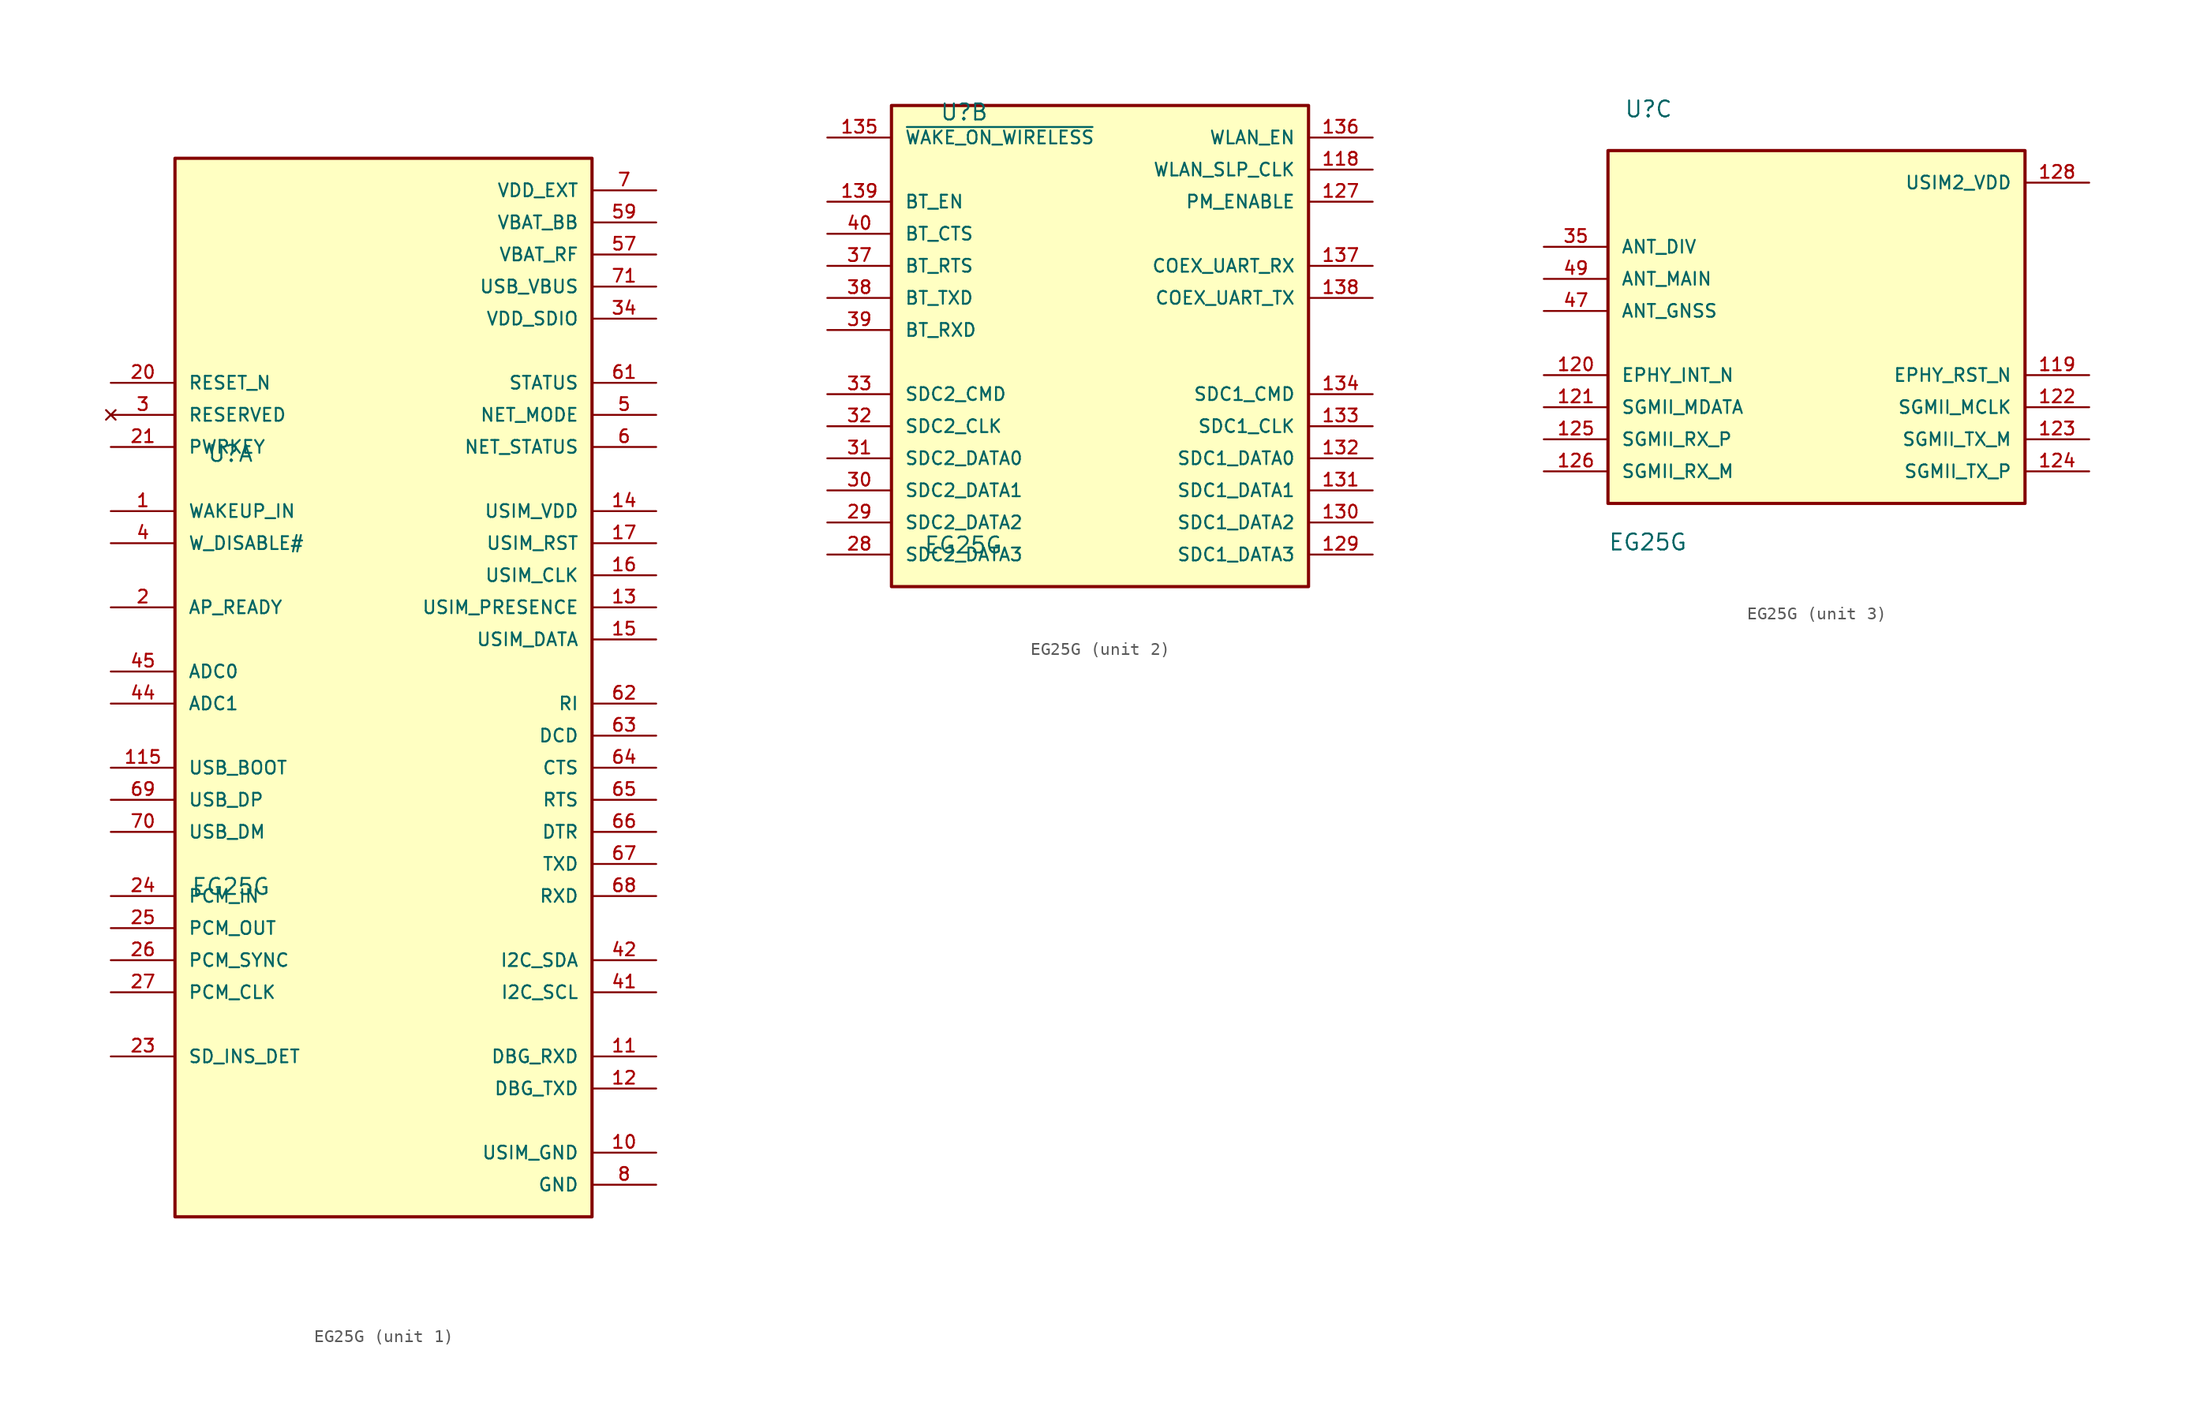
<source format=kicad_sym>
(kicad_symbol_lib
  (version 20211014)
  (generator kicad_symbol_editor)
  (symbol "EG25G"
    (pin_names
      (offset 1.016))
    (property "Reference" "U"
      (at -15.24 16.51 0)
      (effects (font (size 1.27 1.27)) (justify left bottom)))
    (property "Value" "EG25G"
      (at -16.51 -17.78 0)
      (effects (font (size 1.27 1.27)) (justify left bottom)))
    (property "ki_locked" ""
      (at 0 0 0)
      (effects (font (size 1.27 1.27))))
    (symbol "EG25G_1_0"
      (rectangle (start -17.78 40.64) (end 15.24 -43.18) (stroke (width 0.254) (type default) (color 0 0 0 0)) (fill (type background)))
      (pin input line (at -22.86 12.7 0) (length 5.08) (name "WAKEUP_IN" (effects (font (size 1.016 1.016)))) (number "1" (effects (font (size 1.016 1.016)))))
      (pin power_in line (at 20.32 -38.1 180) (length 5.08) (name "USIM_GND" (effects (font (size 1.016 1.016)))) (number "10" (effects (font (size 1.016 1.016)))))
      (pin passive line (at 20.32 -40.64 180) (length 5.08) hide (name "GND" (effects (font (size 1.016 1.016)))) (number "100" (effects (font (size 1.016 1.016)))))
      (pin passive line (at 20.32 -40.64 180) (length 5.08) hide (name "GND" (effects (font (size 1.016 1.016)))) (number "101" (effects (font (size 1.016 1.016)))))
      (pin passive line (at 20.32 -40.64 180) (length 5.08) hide (name "GND" (effects (font (size 1.016 1.016)))) (number "102" (effects (font (size 1.016 1.016)))))
      (pin passive line (at 20.32 -40.64 180) (length 5.08) hide (name "GND" (effects (font (size 1.016 1.016)))) (number "103" (effects (font (size 1.016 1.016)))))
      (pin passive line (at 20.32 -40.64 180) (length 5.08) hide (name "GND" (effects (font (size 1.016 1.016)))) (number "104" (effects (font (size 1.016 1.016)))))
      (pin passive line (at 20.32 -40.64 180) (length 5.08) hide (name "GND" (effects (font (size 1.016 1.016)))) (number "105" (effects (font (size 1.016 1.016)))))
      (pin passive line (at 20.32 -40.64 180) (length 5.08) hide (name "GND" (effects (font (size 1.016 1.016)))) (number "106" (effects (font (size 1.016 1.016)))))
      (pin passive line (at 20.32 -40.64 180) (length 5.08) hide (name "GND" (effects (font (size 1.016 1.016)))) (number "107" (effects (font (size 1.016 1.016)))))
      (pin passive line (at 20.32 -40.64 180) (length 5.08) hide (name "GND" (effects (font (size 1.016 1.016)))) (number "108" (effects (font (size 1.016 1.016)))))
      (pin passive line (at 20.32 -40.64 180) (length 5.08) hide (name "GND" (effects (font (size 1.016 1.016)))) (number "109" (effects (font (size 1.016 1.016)))))
      (pin input line (at 20.32 -30.48 180) (length 5.08) (name "DBG_RXD" (effects (font (size 1.016 1.016)))) (number "11" (effects (font (size 1.016 1.016)))))
      (pin passive line (at 20.32 -40.64 180) (length 5.08) hide (name "GND" (effects (font (size 1.016 1.016)))) (number "110" (effects (font (size 1.016 1.016)))))
      (pin passive line (at 20.32 -40.64 180) (length 5.08) hide (name "GND" (effects (font (size 1.016 1.016)))) (number "111" (effects (font (size 1.016 1.016)))))
      (pin passive line (at 20.32 -40.64 180) (length 5.08) hide (name "GND" (effects (font (size 1.016 1.016)))) (number "112" (effects (font (size 1.016 1.016)))))
      (pin no_connect line (at -22.86 20.32 0) (length 5.08) hide (name "RESERVED" (effects (font (size 1.016 1.016)))) (number "113" (effects (font (size 1.016 1.016)))))
      (pin no_connect line (at -22.86 20.32 0) (length 5.08) hide (name "RESERVED" (effects (font (size 1.016 1.016)))) (number "114" (effects (font (size 1.016 1.016)))))
      (pin input line (at -22.86 -7.62 0) (length 5.08) (name "USB_BOOT" (effects (font (size 1.016 1.016)))) (number "115" (effects (font (size 1.016 1.016)))))
      (pin no_connect line (at -22.86 20.32 0) (length 5.08) hide (name "RESERVED" (effects (font (size 1.016 1.016)))) (number "116" (effects (font (size 1.016 1.016)))))
      (pin no_connect line (at -22.86 20.32 0) (length 5.08) hide (name "RESERVED" (effects (font (size 1.016 1.016)))) (number "117" (effects (font (size 1.016 1.016)))))
      (pin output line (at 20.32 -33.02 180) (length 5.08) (name "DBG_TXD" (effects (font (size 1.016 1.016)))) (number "12" (effects (font (size 1.016 1.016)))))
      (pin input line (at 20.32 5.08 180) (length 5.08) (name "USIM_PRESENCE" (effects (font (size 1.016 1.016)))) (number "13" (effects (font (size 1.016 1.016)))))
      (pin output line (at 20.32 12.7 180) (length 5.08) (name "USIM_VDD" (effects (font (size 1.016 1.016)))) (number "14" (effects (font (size 1.016 1.016)))))
      (pin no_connect line (at -22.86 20.32 0) (length 5.08) hide (name "RESERVED" (effects (font (size 1.016 1.016)))) (number "140" (effects (font (size 1.016 1.016)))))
      (pin no_connect line (at -22.86 20.32 0) (length 5.08) hide (name "RESERVED" (effects (font (size 1.016 1.016)))) (number "141" (effects (font (size 1.016 1.016)))))
      (pin no_connect line (at -22.86 20.32 0) (length 5.08) hide (name "RESERVED" (effects (font (size 1.016 1.016)))) (number "142" (effects (font (size 1.016 1.016)))))
      (pin no_connect line (at -22.86 20.32 0) (length 5.08) hide (name "RESERVED" (effects (font (size 1.016 1.016)))) (number "143" (effects (font (size 1.016 1.016)))))
      (pin no_connect line (at -22.86 20.32 0) (length 5.08) hide (name "RESERVED" (effects (font (size 1.016 1.016)))) (number "144" (effects (font (size 1.016 1.016)))))
      (pin bidirectional line (at 20.32 2.54 180) (length 5.08) (name "USIM_DATA" (effects (font (size 1.016 1.016)))) (number "15" (effects (font (size 1.016 1.016)))))
      (pin output line (at 20.32 7.62 180) (length 5.08) (name "USIM_CLK" (effects (font (size 1.016 1.016)))) (number "16" (effects (font (size 1.016 1.016)))))
      (pin output line (at 20.32 10.16 180) (length 5.08) (name "USIM_RST" (effects (font (size 1.016 1.016)))) (number "17" (effects (font (size 1.016 1.016)))))
      (pin no_connect line (at -22.86 20.32 0) (length 5.08) hide (name "RESERVED" (effects (font (size 1.016 1.016)))) (number "18" (effects (font (size 1.016 1.016)))))
      (pin passive line (at 20.32 -40.64 180) (length 5.08) hide (name "GND" (effects (font (size 1.016 1.016)))) (number "19" (effects (font (size 1.016 1.016)))))
      (pin input line (at -22.86 5.08 0) (length 5.08) (name "AP_READY" (effects (font (size 1.016 1.016)))) (number "2" (effects (font (size 1.016 1.016)))))
      (pin input line (at -22.86 22.86 0) (length 5.08) (name "RESET_N" (effects (font (size 1.016 1.016)))) (number "20" (effects (font (size 1.016 1.016)))))
      (pin input line (at -22.86 17.78 0) (length 5.08) (name "PWRKEY" (effects (font (size 1.016 1.016)))) (number "21" (effects (font (size 1.016 1.016)))))
      (pin passive line (at 20.32 -40.64 180) (length 5.08) hide (name "GND" (effects (font (size 1.016 1.016)))) (number "22" (effects (font (size 1.016 1.016)))))
      (pin input line (at -22.86 -30.48 0) (length 5.08) (name "SD_INS_DET" (effects (font (size 1.016 1.016)))) (number "23" (effects (font (size 1.016 1.016)))))
      (pin input line (at -22.86 -17.78 0) (length 5.08) (name "PCM_IN" (effects (font (size 1.016 1.016)))) (number "24" (effects (font (size 1.016 1.016)))))
      (pin output line (at -22.86 -20.32 0) (length 5.08) (name "PCM_OUT" (effects (font (size 1.016 1.016)))) (number "25" (effects (font (size 1.016 1.016)))))
      (pin bidirectional line (at -22.86 -22.86 0) (length 5.08) (name "PCM_SYNC" (effects (font (size 1.016 1.016)))) (number "26" (effects (font (size 1.016 1.016)))))
      (pin bidirectional line (at -22.86 -25.4 0) (length 5.08) (name "PCM_CLK" (effects (font (size 1.016 1.016)))) (number "27" (effects (font (size 1.016 1.016)))))
      (pin no_connect line (at -22.86 20.32 0) (length 5.08) (name "RESERVED" (effects (font (size 1.016 1.016)))) (number "3" (effects (font (size 1.016 1.016)))))
      (pin output line (at 20.32 27.94 180) (length 5.08) (name "VDD_SDIO" (effects (font (size 1.016 1.016)))) (number "34" (effects (font (size 1.016 1.016)))))
      (pin passive line (at 20.32 -40.64 180) (length 5.08) hide (name "GND" (effects (font (size 1.016 1.016)))) (number "36" (effects (font (size 1.016 1.016)))))
      (pin input line (at -22.86 10.16 0) (length 5.08) (name "W_DISABLE#" (effects (font (size 1.016 1.016)))) (number "4" (effects (font (size 1.016 1.016)))))
      (pin output line (at 20.32 -25.4 180) (length 5.08) (name "I2C_SCL" (effects (font (size 1.016 1.016)))) (number "41" (effects (font (size 1.016 1.016)))))
      (pin output line (at 20.32 -22.86 180) (length 5.08) (name "I2C_SDA" (effects (font (size 1.016 1.016)))) (number "42" (effects (font (size 1.016 1.016)))))
      (pin no_connect line (at -22.86 20.32 0) (length 5.08) hide (name "RESERVED" (effects (font (size 1.016 1.016)))) (number "43" (effects (font (size 1.016 1.016)))))
      (pin input line (at -22.86 -2.54 0) (length 5.08) (name "ADC1" (effects (font (size 1.016 1.016)))) (number "44" (effects (font (size 1.016 1.016)))))
      (pin input line (at -22.86 0 0) (length 5.08) (name "ADC0" (effects (font (size 1.016 1.016)))) (number "45" (effects (font (size 1.016 1.016)))))
      (pin passive line (at 20.32 -40.64 180) (length 5.08) hide (name "GND" (effects (font (size 1.016 1.016)))) (number "46" (effects (font (size 1.016 1.016)))))
      (pin passive line (at 20.32 -40.64 180) (length 5.08) hide (name "GND" (effects (font (size 1.016 1.016)))) (number "48" (effects (font (size 1.016 1.016)))))
      (pin output line (at 20.32 20.32 180) (length 5.08) (name "NET_MODE" (effects (font (size 1.016 1.016)))) (number "5" (effects (font (size 1.016 1.016)))))
      (pin passive line (at 20.32 -40.64 180) (length 5.08) hide (name "GND" (effects (font (size 1.016 1.016)))) (number "50" (effects (font (size 1.016 1.016)))))
      (pin passive line (at 20.32 -40.64 180) (length 5.08) hide (name "GND" (effects (font (size 1.016 1.016)))) (number "51" (effects (font (size 1.016 1.016)))))
      (pin passive line (at 20.32 -40.64 180) (length 5.08) hide (name "GND" (effects (font (size 1.016 1.016)))) (number "52" (effects (font (size 1.016 1.016)))))
      (pin passive line (at 20.32 -40.64 180) (length 5.08) hide (name "GND" (effects (font (size 1.016 1.016)))) (number "53" (effects (font (size 1.016 1.016)))))
      (pin passive line (at 20.32 -40.64 180) (length 5.08) hide (name "GND" (effects (font (size 1.016 1.016)))) (number "54" (effects (font (size 1.016 1.016)))))
      (pin no_connect line (at -22.86 20.32 0) (length 5.08) hide (name "RESERVED" (effects (font (size 1.016 1.016)))) (number "55" (effects (font (size 1.016 1.016)))))
      (pin passive line (at 20.32 -40.64 180) (length 5.08) hide (name "GND" (effects (font (size 1.016 1.016)))) (number "56" (effects (font (size 1.016 1.016)))))
      (pin power_in line (at 20.32 33.02 180) (length 5.08) (name "VBAT_RF" (effects (font (size 1.016 1.016)))) (number "57" (effects (font (size 1.016 1.016)))))
      (pin passive line (at 20.32 33.02 180) (length 5.08) hide (name "VBAT_RF" (effects (font (size 1.016 1.016)))) (number "58" (effects (font (size 1.016 1.016)))))
      (pin power_in line (at 20.32 35.56 180) (length 5.08) (name "VBAT_BB" (effects (font (size 1.016 1.016)))) (number "59" (effects (font (size 1.016 1.016)))))
      (pin output line (at 20.32 17.78 180) (length 5.08) (name "NET_STATUS" (effects (font (size 1.016 1.016)))) (number "6" (effects (font (size 1.016 1.016)))))
      (pin passive line (at 20.32 35.56 180) (length 5.08) hide (name "VBAT_BB" (effects (font (size 1.016 1.016)))) (number "60" (effects (font (size 1.016 1.016)))))
      (pin output line (at 20.32 22.86 180) (length 5.08) (name "STATUS" (effects (font (size 1.016 1.016)))) (number "61" (effects (font (size 1.016 1.016)))))
      (pin output line (at 20.32 -2.54 180) (length 5.08) (name "RI" (effects (font (size 1.016 1.016)))) (number "62" (effects (font (size 1.016 1.016)))))
      (pin output line (at 20.32 -5.08 180) (length 5.08) (name "DCD" (effects (font (size 1.016 1.016)))) (number "63" (effects (font (size 1.016 1.016)))))
      (pin output line (at 20.32 -7.62 180) (length 5.08) (name "CTS" (effects (font (size 1.016 1.016)))) (number "64" (effects (font (size 1.016 1.016)))))
      (pin input line (at 20.32 -10.16 180) (length 5.08) (name "RTS" (effects (font (size 1.016 1.016)))) (number "65" (effects (font (size 1.016 1.016)))))
      (pin input line (at 20.32 -12.7 180) (length 5.08) (name "DTR" (effects (font (size 1.016 1.016)))) (number "66" (effects (font (size 1.016 1.016)))))
      (pin output line (at 20.32 -15.24 180) (length 5.08) (name "TXD" (effects (font (size 1.016 1.016)))) (number "67" (effects (font (size 1.016 1.016)))))
      (pin input line (at 20.32 -17.78 180) (length 5.08) (name "RXD" (effects (font (size 1.016 1.016)))) (number "68" (effects (font (size 1.016 1.016)))))
      (pin bidirectional line (at -22.86 -10.16 0) (length 5.08) (name "USB_DP" (effects (font (size 1.016 1.016)))) (number "69" (effects (font (size 1.016 1.016)))))
      (pin power_in line (at 20.32 38.1 180) (length 5.08) (name "VDD_EXT" (effects (font (size 1.016 1.016)))) (number "7" (effects (font (size 1.016 1.016)))))
      (pin bidirectional line (at -22.86 -12.7 0) (length 5.08) (name "USB_DM" (effects (font (size 1.016 1.016)))) (number "70" (effects (font (size 1.016 1.016)))))
      (pin power_in line (at 20.32 30.48 180) (length 5.08) (name "USB_VBUS" (effects (font (size 1.016 1.016)))) (number "71" (effects (font (size 1.016 1.016)))))
      (pin passive line (at 20.32 -40.64 180) (length 5.08) hide (name "GND" (effects (font (size 1.016 1.016)))) (number "72" (effects (font (size 1.016 1.016)))))
      (pin power_in line (at 20.32 -40.64 180) (length 5.08) (name "GND" (effects (font (size 1.016 1.016)))) (number "8" (effects (font (size 1.016 1.016)))))
      (pin passive line (at 20.32 -40.64 180) (length 5.08) hide (name "GND" (effects (font (size 1.016 1.016)))) (number "85" (effects (font (size 1.016 1.016)))))
      (pin passive line (at 20.32 -40.64 180) (length 5.08) hide (name "GND" (effects (font (size 1.016 1.016)))) (number "86" (effects (font (size 1.016 1.016)))))
      (pin passive line (at 20.32 -40.64 180) (length 5.08) hide (name "GND" (effects (font (size 1.016 1.016)))) (number "87" (effects (font (size 1.016 1.016)))))
      (pin passive line (at 20.32 -40.64 180) (length 5.08) hide (name "GND" (effects (font (size 1.016 1.016)))) (number "88" (effects (font (size 1.016 1.016)))))
      (pin passive line (at 20.32 -40.64 180) (length 5.08) hide (name "GND" (effects (font (size 1.016 1.016)))) (number "89" (effects (font (size 1.016 1.016)))))
      (pin passive line (at 20.32 -40.64 180) (length 5.08) hide (name "GND" (effects (font (size 1.016 1.016)))) (number "9" (effects (font (size 1.016 1.016)))))
      (pin passive line (at 20.32 -40.64 180) (length 5.08) hide (name "GND" (effects (font (size 1.016 1.016)))) (number "90" (effects (font (size 1.016 1.016)))))
      (pin passive line (at 20.32 -40.64 180) (length 5.08) hide (name "GND" (effects (font (size 1.016 1.016)))) (number "91" (effects (font (size 1.016 1.016)))))
      (pin passive line (at 20.32 -40.64 180) (length 5.08) hide (name "GND" (effects (font (size 1.016 1.016)))) (number "92" (effects (font (size 1.016 1.016)))))
      (pin passive line (at 20.32 -40.64 180) (length 5.08) hide (name "GND" (effects (font (size 1.016 1.016)))) (number "93" (effects (font (size 1.016 1.016)))))
      (pin passive line (at 20.32 -40.64 180) (length 5.08) hide (name "GND" (effects (font (size 1.016 1.016)))) (number "94" (effects (font (size 1.016 1.016)))))
      (pin passive line (at 20.32 -40.64 180) (length 5.08) hide (name "GND" (effects (font (size 1.016 1.016)))) (number "95" (effects (font (size 1.016 1.016)))))
      (pin passive line (at 20.32 -40.64 180) (length 5.08) hide (name "GND" (effects (font (size 1.016 1.016)))) (number "96" (effects (font (size 1.016 1.016)))))
      (pin passive line (at 20.32 -40.64 180) (length 5.08) hide (name "GND" (effects (font (size 1.016 1.016)))) (number "97" (effects (font (size 1.016 1.016)))))
      (pin passive line (at 20.32 -40.64 180) (length 5.08) hide (name "GND" (effects (font (size 1.016 1.016)))) (number "98" (effects (font (size 1.016 1.016)))))
      (pin passive line (at 20.32 -40.64 180) (length 5.08) hide (name "GND" (effects (font (size 1.016 1.016)))) (number "99" (effects (font (size 1.016 1.016))))))
    (symbol "EG25G_2_0"
      (rectangle (start -19.05 17.78) (end 13.97 -20.32) (stroke (width 0.254) (type default) (color 0 0 0 0)) (fill (type background)))
      (pin output line (at 19.05 12.7 180) (length 5.08) (name "WLAN_SLP_CLK" (effects (font (size 1.016 1.016)))) (number "118" (effects (font (size 1.016 1.016)))))
      (pin output line (at 19.05 10.16 180) (length 5.08) (name "PM_ENABLE" (effects (font (size 1.016 1.016)))) (number "127" (effects (font (size 1.016 1.016)))))
      (pin bidirectional line (at 19.05 -17.78 180) (length 5.08) (name "SDC1_DATA3" (effects (font (size 1.016 1.016)))) (number "129" (effects (font (size 1.016 1.016)))))
      (pin bidirectional line (at 19.05 -15.24 180) (length 5.08) (name "SDC1_DATA2" (effects (font (size 1.016 1.016)))) (number "130" (effects (font (size 1.016 1.016)))))
      (pin bidirectional line (at 19.05 -12.7 180) (length 5.08) (name "SDC1_DATA1" (effects (font (size 1.016 1.016)))) (number "131" (effects (font (size 1.016 1.016)))))
      (pin bidirectional line (at 19.05 -10.16 180) (length 5.08) (name "SDC1_DATA0" (effects (font (size 1.016 1.016)))) (number "132" (effects (font (size 1.016 1.016)))))
      (pin output line (at 19.05 -7.62 180) (length 5.08) (name "SDC1_CLK" (effects (font (size 1.016 1.016)))) (number "133" (effects (font (size 1.016 1.016)))))
      (pin output line (at 19.05 -5.08 180) (length 5.08) (name "SDC1_CMD" (effects (font (size 1.016 1.016)))) (number "134" (effects (font (size 1.016 1.016)))))
      (pin input line (at -24.13 15.24 0) (length 5.08) (name "~{WAKE_ON_WIRELESS}" (effects (font (size 1.016 1.016)))) (number "135" (effects (font (size 1.016 1.016)))))
      (pin output line (at 19.05 15.24 180) (length 5.08) (name "WLAN_EN" (effects (font (size 1.016 1.016)))) (number "136" (effects (font (size 1.016 1.016)))))
      (pin input line (at 19.05 5.08 180) (length 5.08) (name "COEX_UART_RX" (effects (font (size 1.016 1.016)))) (number "137" (effects (font (size 1.016 1.016)))))
      (pin output line (at 19.05 2.54 180) (length 5.08) (name "COEX_UART_TX" (effects (font (size 1.016 1.016)))) (number "138" (effects (font (size 1.016 1.016)))))
      (pin output line (at -24.13 10.16 0) (length 5.08) (name "BT_EN" (effects (font (size 1.016 1.016)))) (number "139" (effects (font (size 1.016 1.016)))))
      (pin bidirectional line (at -24.13 -17.78 0) (length 5.08) (name "SDC2_DATA3" (effects (font (size 1.016 1.016)))) (number "28" (effects (font (size 1.016 1.016)))))
      (pin bidirectional line (at -24.13 -15.24 0) (length 5.08) (name "SDC2_DATA2" (effects (font (size 1.016 1.016)))) (number "29" (effects (font (size 1.016 1.016)))))
      (pin bidirectional line (at -24.13 -12.7 0) (length 5.08) (name "SDC2_DATA1" (effects (font (size 1.016 1.016)))) (number "30" (effects (font (size 1.016 1.016)))))
      (pin bidirectional line (at -24.13 -10.16 0) (length 5.08) (name "SDC2_DATA0" (effects (font (size 1.016 1.016)))) (number "31" (effects (font (size 1.016 1.016)))))
      (pin output line (at -24.13 -7.62 0) (length 5.08) (name "SDC2_CLK" (effects (font (size 1.016 1.016)))) (number "32" (effects (font (size 1.016 1.016)))))
      (pin bidirectional line (at -24.13 -5.08 0) (length 5.08) (name "SDC2_CMD" (effects (font (size 1.016 1.016)))) (number "33" (effects (font (size 1.016 1.016)))))
      (pin input line (at -24.13 5.08 0) (length 5.08) (name "BT_RTS" (effects (font (size 1.016 1.016)))) (number "37" (effects (font (size 1.016 1.016)))))
      (pin output line (at -24.13 2.54 0) (length 5.08) (name "BT_TXD" (effects (font (size 1.016 1.016)))) (number "38" (effects (font (size 1.016 1.016)))))
      (pin input line (at -24.13 0 0) (length 5.08) (name "BT_RXD" (effects (font (size 1.016 1.016)))) (number "39" (effects (font (size 1.016 1.016)))))
      (pin output line (at -24.13 7.62 0) (length 5.08) (name "BT_CTS" (effects (font (size 1.016 1.016)))) (number "40" (effects (font (size 1.016 1.016))))))
    (symbol "EG25G_3_0"
      (rectangle (start -16.51 13.97) (end 16.51 -13.97) (stroke (width 0.254) (type default) (color 0 0 0 0)) (fill (type background)))
      (pin output line (at 21.59 -3.81 180) (length 5.08) (name "EPHY_RST_N" (effects (font (size 1.016 1.016)))) (number "119" (effects (font (size 1.016 1.016)))))
      (pin input line (at -21.59 -3.81 0) (length 5.08) (name "EPHY_INT_N" (effects (font (size 1.016 1.016)))) (number "120" (effects (font (size 1.016 1.016)))))
      (pin bidirectional line (at -21.59 -6.35 0) (length 5.08) (name "SGMII_MDATA" (effects (font (size 1.016 1.016)))) (number "121" (effects (font (size 1.016 1.016)))))
      (pin output line (at 21.59 -6.35 180) (length 5.08) (name "SGMII_MCLK" (effects (font (size 1.016 1.016)))) (number "122" (effects (font (size 1.016 1.016)))))
      (pin output line (at 21.59 -8.89 180) (length 5.08) (name "SGMII_TX_M" (effects (font (size 1.016 1.016)))) (number "123" (effects (font (size 1.016 1.016)))))
      (pin output line (at 21.59 -11.43 180) (length 5.08) (name "SGMII_TX_P" (effects (font (size 1.016 1.016)))) (number "124" (effects (font (size 1.016 1.016)))))
      (pin input line (at -21.59 -8.89 0) (length 5.08) (name "SGMII_RX_P" (effects (font (size 1.016 1.016)))) (number "125" (effects (font (size 1.016 1.016)))))
      (pin input line (at -21.59 -11.43 0) (length 5.08) (name "SGMII_RX_M" (effects (font (size 1.016 1.016)))) (number "126" (effects (font (size 1.016 1.016)))))
      (pin output line (at 21.59 11.43 180) (length 5.08) (name "USIM2_VDD" (effects (font (size 1.016 1.016)))) (number "128" (effects (font (size 1.016 1.016)))))
      (pin input line (at -21.59 6.35 0) (length 5.08) (name "ANT_DIV" (effects (font (size 1.016 1.016)))) (number "35" (effects (font (size 1.016 1.016)))))
      (pin input line (at -21.59 1.27 0) (length 5.08) (name "ANT_GNSS" (effects (font (size 1.016 1.016)))) (number "47" (effects (font (size 1.016 1.016)))))
      (pin output line (at -21.59 3.81 0) (length 5.08) (name "ANT_MAIN" (effects (font (size 1.016 1.016)))) (number "49" (effects (font (size 1.016 1.016))))))))
</source>
